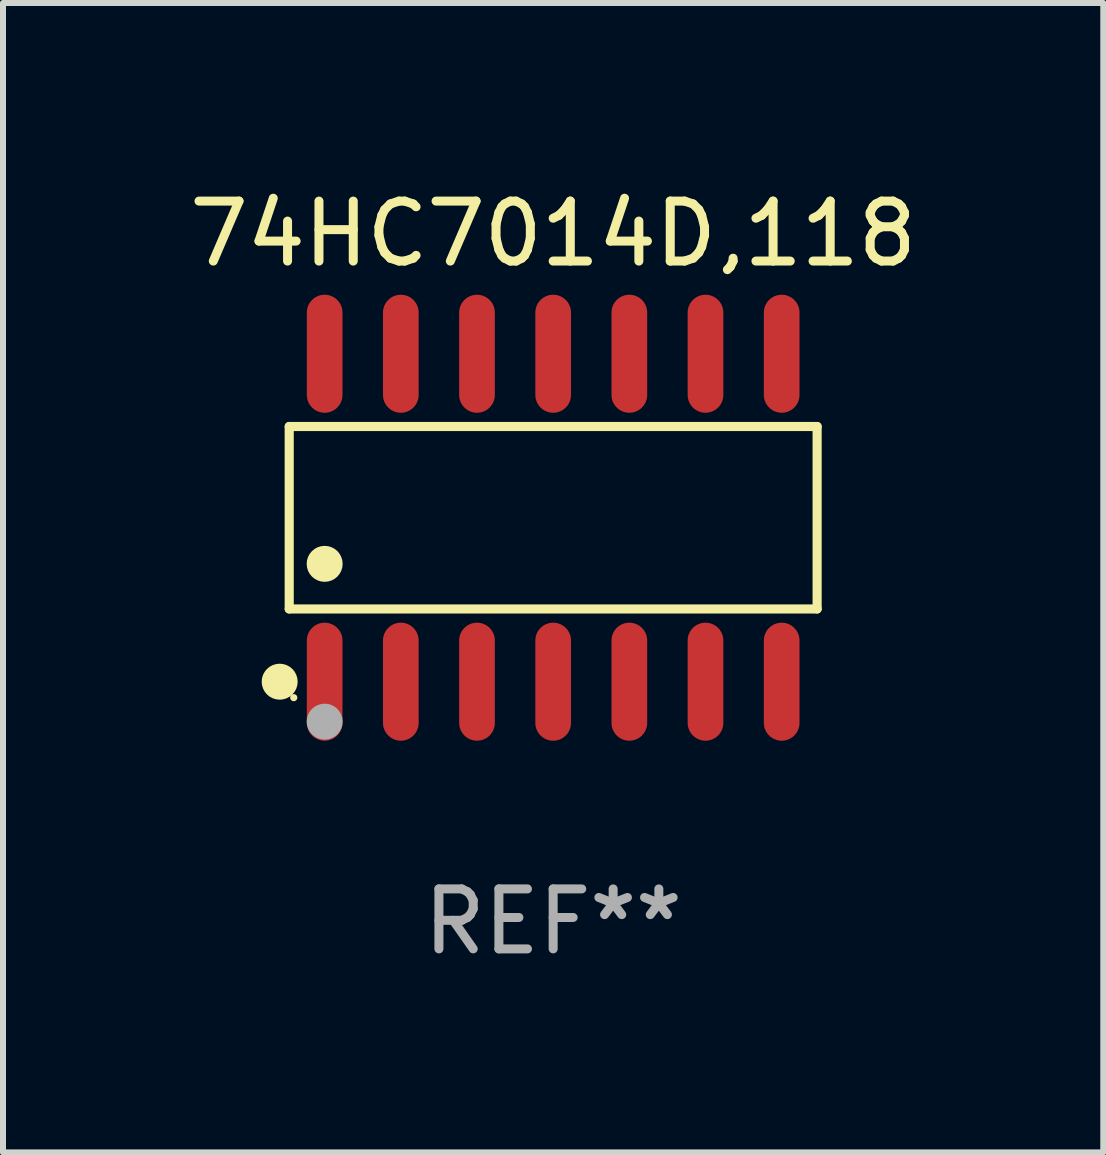
<source format=kicad_pcb>
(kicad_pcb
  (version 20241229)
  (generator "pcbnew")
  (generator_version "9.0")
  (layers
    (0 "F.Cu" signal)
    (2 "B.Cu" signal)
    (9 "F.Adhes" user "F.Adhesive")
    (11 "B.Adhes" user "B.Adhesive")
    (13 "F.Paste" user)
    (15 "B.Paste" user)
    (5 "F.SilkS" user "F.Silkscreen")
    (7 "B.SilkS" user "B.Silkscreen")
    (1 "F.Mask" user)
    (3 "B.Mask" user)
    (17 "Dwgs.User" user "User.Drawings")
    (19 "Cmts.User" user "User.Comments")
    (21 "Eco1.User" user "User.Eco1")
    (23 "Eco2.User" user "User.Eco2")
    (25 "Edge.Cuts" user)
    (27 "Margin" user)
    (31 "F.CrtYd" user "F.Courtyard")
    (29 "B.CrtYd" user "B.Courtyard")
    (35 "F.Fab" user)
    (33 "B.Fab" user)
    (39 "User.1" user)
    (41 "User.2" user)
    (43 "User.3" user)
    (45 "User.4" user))
  (footprint "74HC7014D,118"
    (layer "F.Cu")
    (at 6.173 5.582)
    (property "Reference" "74HC7014D,118" (at 0 -4.734 0) (layer "F.SilkS") (effects (font (size 1 1) (thickness 0.15))))
    (attr through_hole)
    (fp_line (start -4.401 -1.521) (end 4.401 -1.521) (stroke (width 0.152) (type solid)) (layer "F.SilkS"))
    (fp_line (start -4.401 1.521) (end -4.401 -1.521) (stroke (width 0.152) (type solid)) (layer "F.SilkS"))
    (fp_line (start 4.401 -1.521) (end 4.401 1.521) (stroke (width 0.152) (type solid)) (layer "F.SilkS"))
    (fp_line (start 4.401 1.521) (end -4.401 1.521) (stroke (width 0.152) (type solid)) (layer "F.SilkS"))
    (fp_circle (center -4.56 2.734) (end -4.41 2.734) (stroke (width 0.3) (type solid)) (fill no) (layer "F.SilkS"))
    (fp_circle (center -4.325 3) (end -4.295 3) (stroke (width 0.06) (type solid)) (fill no) (layer "F.SilkS"))
    (fp_circle (center -3.81 0.769) (end -3.66 0.769) (stroke (width 0.3) (type solid)) (fill no) (layer "F.SilkS"))
    (fp_circle (center -3.81 3.4) (end -3.66 3.4) (stroke (width 0.3) (type solid)) (fill no) (layer "F.Fab"))
    (fp_text user "REF**" (at 0 6.734 0) (layer "F.Fab") (effects (font (size 1 1) (thickness 0.15))))
    (pad "1" smd oval (at -3.81 2.734) (size 0.595 1.968) (layers "F.Cu" "F.Mask" "F.Paste"))
    (pad "2" smd oval (at -2.54 2.734) (size 0.595 1.968) (layers "F.Cu" "F.Mask" "F.Paste"))
    (pad "3" smd oval (at -1.27 2.734) (size 0.595 1.968) (layers "F.Cu" "F.Mask" "F.Paste"))
    (pad "4" smd oval (at 0 2.734) (size 0.595 1.968) (layers "F.Cu" "F.Mask" "F.Paste"))
    (pad "5" smd oval (at 1.27 2.734) (size 0.595 1.968) (layers "F.Cu" "F.Mask" "F.Paste"))
    (pad "6" smd oval (at 2.54 2.734) (size 0.595 1.968) (layers "F.Cu" "F.Mask" "F.Paste"))
    (pad "7" smd oval (at 3.81 2.734) (size 0.595 1.968) (layers "F.Cu" "F.Mask" "F.Paste"))
    (pad "8" smd oval (at 3.81 -2.734) (size 0.595 1.968) (layers "F.Cu" "F.Mask" "F.Paste"))
    (pad "9" smd oval (at 2.54 -2.734) (size 0.595 1.968) (layers "F.Cu" "F.Mask" "F.Paste"))
    (pad "10" smd oval (at 1.27 -2.734) (size 0.595 1.968) (layers "F.Cu" "F.Mask" "F.Paste"))
    (pad "11" smd oval (at 0 -2.734) (size 0.595 1.968) (layers "F.Cu" "F.Mask" "F.Paste"))
    (pad "12" smd oval (at -1.27 -2.734) (size 0.595 1.968) (layers "F.Cu" "F.Mask" "F.Paste"))
    (pad "13" smd oval (at -2.54 -2.734) (size 0.595 1.968) (layers "F.Cu" "F.Mask" "F.Paste"))
    (pad "14" smd oval (at -3.81 -2.734) (size 0.595 1.968) (layers "F.Cu" "F.Mask" "F.Paste")))
  (gr_rect
    (start -3 -3)
    (end 15.345 16.164)
    (stroke (width 0.1) (type default))
    (fill no)
    (layer "Edge.Cuts")))
</source>
